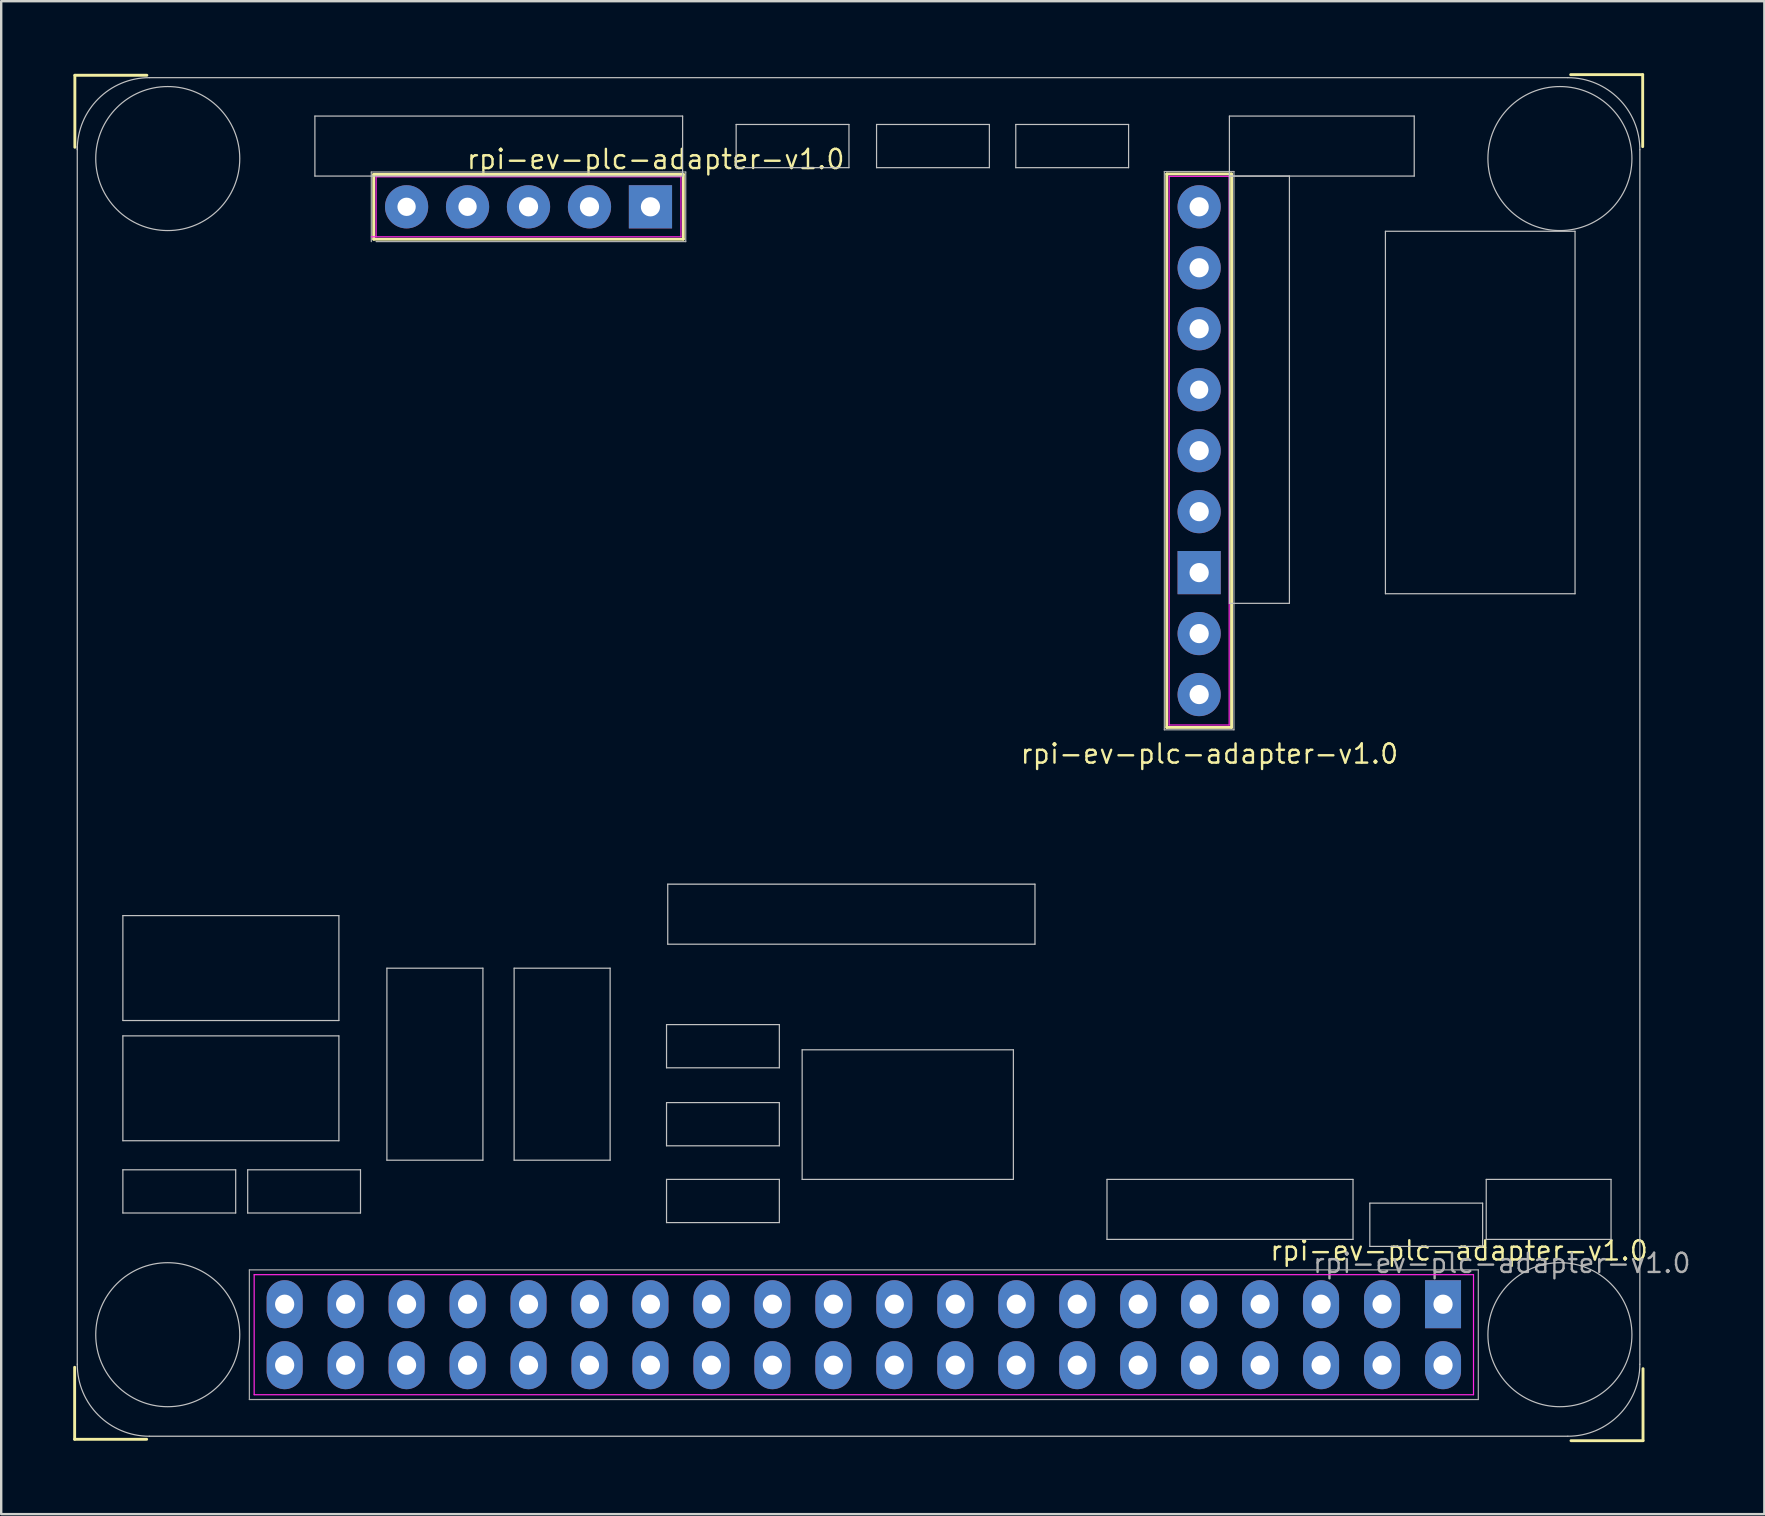
<source format=kicad_pcb>
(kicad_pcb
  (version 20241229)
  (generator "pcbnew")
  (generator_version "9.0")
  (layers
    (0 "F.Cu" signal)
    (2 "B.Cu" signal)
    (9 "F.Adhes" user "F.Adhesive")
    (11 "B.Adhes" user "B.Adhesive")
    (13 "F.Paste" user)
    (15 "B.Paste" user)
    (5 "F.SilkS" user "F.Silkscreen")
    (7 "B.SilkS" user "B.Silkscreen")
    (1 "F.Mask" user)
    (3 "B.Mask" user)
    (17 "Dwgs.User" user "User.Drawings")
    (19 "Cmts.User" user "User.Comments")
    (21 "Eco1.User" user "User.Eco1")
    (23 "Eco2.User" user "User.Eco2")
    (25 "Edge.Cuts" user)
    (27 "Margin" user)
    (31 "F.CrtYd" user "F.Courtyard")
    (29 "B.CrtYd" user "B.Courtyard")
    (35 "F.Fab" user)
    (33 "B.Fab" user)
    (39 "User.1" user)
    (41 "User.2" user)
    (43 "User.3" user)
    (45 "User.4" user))
  (footprint "rpi-ev-plc-adapter-v1.0"
    (layer "F.Cu")
    (at 57.069 51.286)
    (property "Reference" "rpi-ev-plc-adapter-v1.0" (at 0.67 -2.23 0) (layer "F.SilkS") (effects (font (size 0.8 0.8) (thickness 0.1))))
    (attr through_hole)
    (fp_line (start -57.009 5.627) (end -57.009 2.627) (stroke (width 0.12) (type solid)) (layer "F.SilkS"))
    (fp_line (start -57 -51.2) (end -54 -51.2) (stroke (width 0.12) (type solid)) (layer "F.SilkS"))
    (fp_line (start -57 -48.2) (end -57 -51.2) (stroke (width 0.12) (type solid)) (layer "F.SilkS"))
    (fp_line (start -54.009 5.627) (end -57.009 5.627) (stroke (width 0.12) (type solid)) (layer "F.SilkS"))
    (fp_line (start -44.55 -47.07) (end -31.65 -47.07) (stroke (width 0.12) (type solid)) (layer "F.SilkS"))
    (fp_line (start -44.55 -44.37) (end -44.55 -47.07) (stroke (width 0.12) (type solid)) (layer "F.SilkS"))
    (fp_line (start -31.65 -47.07) (end -31.65 -44.37) (stroke (width 0.12) (type solid)) (layer "F.SilkS"))
    (fp_line (start -31.65 -44.37) (end -44.55 -44.37) (stroke (width 0.12) (type solid)) (layer "F.SilkS"))
    (fp_line (start -11.51 -47.09) (end -8.81 -47.09) (stroke (width 0.12) (type solid)) (layer "F.SilkS"))
    (fp_line (start -11.51 -24.03) (end -11.51 -47.09) (stroke (width 0.12) (type solid)) (layer "F.SilkS"))
    (fp_line (start -8.81 -47.09) (end -8.81 -24.03) (stroke (width 0.12) (type solid)) (layer "F.SilkS"))
    (fp_line (start -8.81 -24.03) (end -11.51 -24.03) (stroke (width 0.12) (type solid)) (layer "F.SilkS"))
    (fp_line (start 5.318 -51.226) (end 8.318 -51.226) (stroke (width 0.12) (type solid)) (layer "F.SilkS"))
    (fp_line (start 8.318 -51.226) (end 8.318 -48.226) (stroke (width 0.12) (type solid)) (layer "F.SilkS"))
    (fp_line (start 8.332 2.685) (end 8.332 5.685) (stroke (width 0.12) (type solid)) (layer "F.SilkS"))
    (fp_line (start 8.332 5.685) (end 5.332 5.685) (stroke (width 0.12) (type solid)) (layer "F.SilkS"))
    (fp_line (start -49.63 -1.33) (end 1.37 -1.33) (stroke (width 0.12) (type solid)) (layer "B.Paste"))
    (fp_line (start -49.63 3.87) (end -49.63 -1.33) (stroke (width 0.12) (type solid)) (layer "B.Paste"))
    (fp_line (start 1.37 -1.33) (end 1.37 3.87) (stroke (width 0.12) (type solid)) (layer "B.Paste"))
    (fp_line (start 1.37 3.87) (end -49.63 3.87) (stroke (width 0.12) (type solid)) (layer "B.Paste"))
    (fp_line (start -56.9 -48.23) (end -56.9 2.5) (stroke (width 0.05) (type solid)) (layer "Dwgs.User"))
    (fp_line (start -55 -16.19) (end -55 -11.82) (stroke (width 0.05) (type solid)) (layer "Dwgs.User"))
    (fp_line (start -55 -11.82) (end -46 -11.82) (stroke (width 0.05) (type solid)) (layer "Dwgs.User"))
    (fp_line (start -55 -11.18) (end -55 -6.81) (stroke (width 0.05) (type solid)) (layer "Dwgs.User"))
    (fp_line (start -55 -6.81) (end -46 -6.81) (stroke (width 0.05) (type solid)) (layer "Dwgs.User"))
    (fp_line (start -55 -5.6) (end -55 -3.8) (stroke (width 0.05) (type solid)) (layer "Dwgs.User"))
    (fp_line (start -55 -3.8) (end -50.3 -3.8) (stroke (width 0.05) (type solid)) (layer "Dwgs.User"))
    (fp_line (start -53.9 5.5) (end 5.2 5.5) (stroke (width 0.05) (type solid)) (layer "Dwgs.User"))
    (fp_line (start -50.3 -5.6) (end -55 -5.6) (stroke (width 0.05) (type solid)) (layer "Dwgs.User"))
    (fp_line (start -50.3 -3.8) (end -50.3 -5.6) (stroke (width 0.05) (type solid)) (layer "Dwgs.User"))
    (fp_line (start -49.8 -5.6) (end -49.8 -3.8) (stroke (width 0.05) (type solid)) (layer "Dwgs.User"))
    (fp_line (start -49.8 -3.8) (end -45.1 -3.8) (stroke (width 0.05) (type solid)) (layer "Dwgs.User"))
    (fp_line (start -47 -49.5) (end -47 -47) (stroke (width 0.05) (type solid)) (layer "Dwgs.User"))
    (fp_line (start -47 -47) (end -31.68 -47) (stroke (width 0.05) (type solid)) (layer "Dwgs.User"))
    (fp_line (start -46 -16.19) (end -55 -16.19) (stroke (width 0.05) (type solid)) (layer "Dwgs.User"))
    (fp_line (start -46 -11.82) (end -46 -16.19) (stroke (width 0.05) (type solid)) (layer "Dwgs.User"))
    (fp_line (start -46 -11.18) (end -55 -11.18) (stroke (width 0.05) (type solid)) (layer "Dwgs.User"))
    (fp_line (start -46 -6.81) (end -46 -11.18) (stroke (width 0.05) (type solid)) (layer "Dwgs.User"))
    (fp_line (start -45.1 -5.6) (end -49.8 -5.6) (stroke (width 0.05) (type solid)) (layer "Dwgs.User"))
    (fp_line (start -45.1 -3.8) (end -45.1 -5.6) (stroke (width 0.05) (type solid)) (layer "Dwgs.User"))
    (fp_line (start -44 -14) (end -44 -6) (stroke (width 0.05) (type solid)) (layer "Dwgs.User"))
    (fp_line (start -44 -6) (end -40 -6) (stroke (width 0.05) (type solid)) (layer "Dwgs.User"))
    (fp_line (start -40 -14) (end -44 -14) (stroke (width 0.05) (type solid)) (layer "Dwgs.User"))
    (fp_line (start -40 -6) (end -40 -14) (stroke (width 0.05) (type solid)) (layer "Dwgs.User"))
    (fp_line (start -38.7 -14) (end -38.7 -6) (stroke (width 0.05) (type solid)) (layer "Dwgs.User"))
    (fp_line (start -38.7 -6) (end -34.7 -6) (stroke (width 0.05) (type solid)) (layer "Dwgs.User"))
    (fp_line (start -34.7 -14) (end -38.7 -14) (stroke (width 0.05) (type solid)) (layer "Dwgs.User"))
    (fp_line (start -34.7 -6) (end -34.7 -14) (stroke (width 0.05) (type solid)) (layer "Dwgs.User"))
    (fp_line (start -32.35 -11.65) (end -32.35 -9.85) (stroke (width 0.05) (type solid)) (layer "Dwgs.User"))
    (fp_line (start -32.35 -9.85) (end -27.65 -9.85) (stroke (width 0.05) (type solid)) (layer "Dwgs.User"))
    (fp_line (start -32.35 -8.4) (end -32.35 -6.6) (stroke (width 0.05) (type solid)) (layer "Dwgs.User"))
    (fp_line (start -32.35 -6.6) (end -27.65 -6.6) (stroke (width 0.05) (type solid)) (layer "Dwgs.User"))
    (fp_line (start -32.35 -5.2) (end -32.35 -3.4) (stroke (width 0.05) (type solid)) (layer "Dwgs.User"))
    (fp_line (start -32.35 -3.4) (end -27.65 -3.4) (stroke (width 0.05) (type solid)) (layer "Dwgs.User"))
    (fp_line (start -32.3 -17.5) (end -32.3 -15) (stroke (width 0.05) (type solid)) (layer "Dwgs.User"))
    (fp_line (start -32.3 -15) (end -17 -15) (stroke (width 0.05) (type solid)) (layer "Dwgs.User"))
    (fp_line (start -31.68 -49.5) (end -47 -49.5) (stroke (width 0.05) (type solid)) (layer "Dwgs.User"))
    (fp_line (start -31.68 -47) (end -31.68 -49.5) (stroke (width 0.05) (type solid)) (layer "Dwgs.User"))
    (fp_line (start -29.45 -49.15) (end -29.45 -47.35) (stroke (width 0.05) (type solid)) (layer "Dwgs.User"))
    (fp_line (start -29.45 -47.35) (end -24.75 -47.35) (stroke (width 0.05) (type solid)) (layer "Dwgs.User"))
    (fp_line (start -27.65 -11.65) (end -32.35 -11.65) (stroke (width 0.05) (type solid)) (layer "Dwgs.User"))
    (fp_line (start -27.65 -9.85) (end -27.65 -11.65) (stroke (width 0.05) (type solid)) (layer "Dwgs.User"))
    (fp_line (start -27.65 -8.4) (end -32.35 -8.4) (stroke (width 0.05) (type solid)) (layer "Dwgs.User"))
    (fp_line (start -27.65 -6.6) (end -27.65 -8.4) (stroke (width 0.05) (type solid)) (layer "Dwgs.User"))
    (fp_line (start -27.65 -5.2) (end -32.35 -5.2) (stroke (width 0.05) (type solid)) (layer "Dwgs.User"))
    (fp_line (start -27.65 -3.4) (end -27.65 -5.2) (stroke (width 0.05) (type solid)) (layer "Dwgs.User"))
    (fp_line (start -26.7 -10.6) (end -26.7 -5.2) (stroke (width 0.05) (type solid)) (layer "Dwgs.User"))
    (fp_line (start -26.7 -5.2) (end -17.9 -5.2) (stroke (width 0.05) (type solid)) (layer "Dwgs.User"))
    (fp_line (start -24.75 -49.15) (end -29.45 -49.15) (stroke (width 0.05) (type solid)) (layer "Dwgs.User"))
    (fp_line (start -24.75 -47.35) (end -24.75 -49.15) (stroke (width 0.05) (type solid)) (layer "Dwgs.User"))
    (fp_line (start -23.6 -49.15) (end -23.6 -47.35) (stroke (width 0.05) (type solid)) (layer "Dwgs.User"))
    (fp_line (start -23.6 -47.35) (end -18.9 -47.35) (stroke (width 0.05) (type solid)) (layer "Dwgs.User"))
    (fp_line (start -18.9 -49.15) (end -23.6 -49.15) (stroke (width 0.05) (type solid)) (layer "Dwgs.User"))
    (fp_line (start -18.9 -47.35) (end -18.9 -49.15) (stroke (width 0.05) (type solid)) (layer "Dwgs.User"))
    (fp_line (start -17.9 -10.6) (end -26.7 -10.6) (stroke (width 0.05) (type solid)) (layer "Dwgs.User"))
    (fp_line (start -17.9 -5.2) (end -17.9 -10.6) (stroke (width 0.05) (type solid)) (layer "Dwgs.User"))
    (fp_line (start -17.8 -49.15) (end -17.8 -47.35) (stroke (width 0.05) (type solid)) (layer "Dwgs.User"))
    (fp_line (start -17.8 -47.35) (end -13.1 -47.35) (stroke (width 0.05) (type solid)) (layer "Dwgs.User"))
    (fp_line (start -17 -17.5) (end -32.3 -17.5) (stroke (width 0.05) (type solid)) (layer "Dwgs.User"))
    (fp_line (start -17 -15) (end -17 -17.5) (stroke (width 0.05) (type solid)) (layer "Dwgs.User"))
    (fp_line (start -14 -5.2) (end -14 -2.7) (stroke (width 0.05) (type solid)) (layer "Dwgs.User"))
    (fp_line (start -14 -2.7) (end -3.75 -2.7) (stroke (width 0.05) (type solid)) (layer "Dwgs.User"))
    (fp_line (start -13.1 -49.15) (end -17.8 -49.15) (stroke (width 0.05) (type solid)) (layer "Dwgs.User"))
    (fp_line (start -13.1 -47.35) (end -13.1 -49.15) (stroke (width 0.05) (type solid)) (layer "Dwgs.User"))
    (fp_line (start -8.9 -49.5) (end -8.9 -47) (stroke (width 0.05) (type solid)) (layer "Dwgs.User"))
    (fp_line (start -8.9 -47) (end -6.4 -47) (stroke (width 0.05) (type solid)) (layer "Dwgs.User"))
    (fp_line (start -8.9 -47) (end -1.2 -47) (stroke (width 0.05) (type solid)) (layer "Dwgs.User"))
    (fp_line (start -8.9 -29.2) (end -8.9 -47) (stroke (width 0.05) (type solid)) (layer "Dwgs.User"))
    (fp_line (start -6.4 -47) (end -6.4 -29.2) (stroke (width 0.05) (type solid)) (layer "Dwgs.User"))
    (fp_line (start -6.4 -29.2) (end -8.9 -29.2) (stroke (width 0.05) (type solid)) (layer "Dwgs.User"))
    (fp_line (start -3.75 -5.2) (end -14 -5.2) (stroke (width 0.05) (type solid)) (layer "Dwgs.User"))
    (fp_line (start -3.75 -2.7) (end -3.75 -5.2) (stroke (width 0.05) (type solid)) (layer "Dwgs.User"))
    (fp_line (start -3.05 -4.21) (end -3.05 -2.41) (stroke (width 0.05) (type solid)) (layer "Dwgs.User"))
    (fp_line (start -3.05 -2.41) (end 1.65 -2.41) (stroke (width 0.05) (type solid)) (layer "Dwgs.User"))
    (fp_line (start -2.4 -44.7) (end 5.5 -44.7) (stroke (width 0.05) (type solid)) (layer "Dwgs.User"))
    (fp_line (start -2.4 -29.6) (end -2.4 -44.7) (stroke (width 0.05) (type solid)) (layer "Dwgs.User"))
    (fp_line (start -1.2 -49.5) (end -8.9 -49.5) (stroke (width 0.05) (type solid)) (layer "Dwgs.User"))
    (fp_line (start -1.2 -47) (end -1.2 -49.5) (stroke (width 0.05) (type solid)) (layer "Dwgs.User"))
    (fp_line (start 1.65 -4.21) (end -3.05 -4.21) (stroke (width 0.05) (type solid)) (layer "Dwgs.User"))
    (fp_line (start 1.65 -2.41) (end 1.65 -4.21) (stroke (width 0.05) (type solid)) (layer "Dwgs.User"))
    (fp_line (start 1.8 -5.2) (end 1.8 -2.7) (stroke (width 0.05) (type solid)) (layer "Dwgs.User"))
    (fp_line (start 1.8 -2.7) (end 7 -2.7) (stroke (width 0.05) (type solid)) (layer "Dwgs.User"))
    (fp_line (start 5.2 -51.1) (end -53.9 -51.1) (stroke (width 0.05) (type solid)) (layer "Dwgs.User"))
    (fp_line (start 5.5 -44.7) (end 5.5 -29.6) (stroke (width 0.05) (type solid)) (layer "Dwgs.User"))
    (fp_line (start 5.5 -29.6) (end -2.4 -29.6) (stroke (width 0.05) (type solid)) (layer "Dwgs.User"))
    (fp_line (start 7 -5.2) (end 1.8 -5.2) (stroke (width 0.05) (type solid)) (layer "Dwgs.User"))
    (fp_line (start 7 -2.7) (end 7 -5.2) (stroke (width 0.05) (type solid)) (layer "Dwgs.User"))
    (fp_line (start 8.2 -48.1) (end 8.2 2.5) (stroke (width 0.05) (type solid)) (layer "Dwgs.User"))
    (fp_arc (start -56.9 -48.1) (mid -56.02132 -50.22132) (end -53.9 -51.1) (stroke (width 0.05) (type solid)) (layer "Dwgs.User"))
    (fp_arc (start -53.9 5.5) (mid -56.02132 4.62132) (end -56.9 2.5) (stroke (width 0.05) (type solid)) (layer "Dwgs.User"))
    (fp_arc (start 5.2 -51.1) (mid 7.32132 -50.22132) (end 8.2 -48.1) (stroke (width 0.05) (type solid)) (layer "Dwgs.User"))
    (fp_arc (start 8.2 2.5) (mid 7.32132 4.62132) (end 5.2 5.5) (stroke (width 0.05) (type solid)) (layer "Dwgs.User"))
    (fp_circle (center -53.13 -47.73) (end -50.13 -47.73) (stroke (width 0.05) (type solid)) (fill no) (layer "Dwgs.User"))
    (fp_circle (center -53.13 1.27) (end -50.13 1.27) (stroke (width 0.05) (type solid)) (fill no) (layer "Dwgs.User"))
    (fp_circle (center 4.87 -47.73) (end 7.87 -47.73) (stroke (width 0.05) (type solid)) (fill no) (layer "Dwgs.User"))
    (fp_circle (center 4.87 1.27) (end 7.87 1.27) (stroke (width 0.05) (type solid)) (fill no) (layer "Dwgs.User"))
    (fp_line (start -49.53 -1.23) (end 1.27 -1.23) (stroke (width 0.05) (type solid)) (layer "F.CrtYd"))
    (fp_line (start -49.53 3.77) (end -49.53 -1.23) (stroke (width 0.05) (type solid)) (layer "F.CrtYd"))
    (fp_line (start -44.45 -46.97) (end -31.75 -46.97) (stroke (width 0.05) (type solid)) (layer "F.CrtYd"))
    (fp_line (start -44.45 -44.47) (end -44.45 -46.97) (stroke (width 0.05) (type solid)) (layer "F.CrtYd"))
    (fp_line (start -31.75 -46.97) (end -31.75 -44.47) (stroke (width 0.05) (type solid)) (layer "F.CrtYd"))
    (fp_line (start -31.75 -44.47) (end -44.65 -44.47) (stroke (width 0.05) (type solid)) (layer "F.CrtYd"))
    (fp_line (start -11.41 -46.99) (end -8.91 -46.99) (stroke (width 0.05) (type solid)) (layer "F.CrtYd"))
    (fp_line (start -11.41 -24.13) (end -11.41 -46.99) (stroke (width 0.05) (type solid)) (layer "F.CrtYd"))
    (fp_line (start -8.91 -46.99) (end -8.91 -24.13) (stroke (width 0.05) (type solid)) (layer "F.CrtYd"))
    (fp_line (start -8.91 -24.13) (end -11.41 -24.13) (stroke (width 0.05) (type solid)) (layer "F.CrtYd"))
    (fp_line (start 1.27 -1.23) (end 1.27 3.77) (stroke (width 0.05) (type solid)) (layer "F.CrtYd"))
    (fp_line (start 1.27 3.77) (end -49.53 3.77) (stroke (width 0.05) (type solid)) (layer "F.CrtYd"))
    (fp_line (start -49.73 -1.43) (end 1.47 -1.43) (stroke (width 0.05) (type solid)) (layer "F.Fab"))
    (fp_line (start -49.73 3.97) (end -49.73 -1.43) (stroke (width 0.05) (type solid)) (layer "F.Fab"))
    (fp_line (start -44.65 -47.17) (end -31.55 -47.17) (stroke (width 0.05) (type solid)) (layer "F.Fab"))
    (fp_line (start -44.65 -44.27) (end -44.65 -47.17) (stroke (width 0.05) (type solid)) (layer "F.Fab"))
    (fp_line (start -31.55 -47.17) (end -31.55 -44.27) (stroke (width 0.05) (type solid)) (layer "F.Fab"))
    (fp_line (start -31.55 -44.27) (end -44.45 -44.27) (stroke (width 0.05) (type solid)) (layer "F.Fab"))
    (fp_line (start -11.61 -47.19) (end -8.71 -47.19) (stroke (width 0.05) (type solid)) (layer "F.Fab"))
    (fp_line (start -11.61 -23.93) (end -11.61 -47.19) (stroke (width 0.05) (type solid)) (layer "F.Fab"))
    (fp_line (start -8.71 -47.19) (end -8.71 -23.93) (stroke (width 0.05) (type solid)) (layer "F.Fab"))
    (fp_line (start -8.71 -23.93) (end -11.61 -23.93) (stroke (width 0.05) (type solid)) (layer "F.Fab"))
    (fp_line (start 1.47 -1.43) (end 1.47 3.97) (stroke (width 0.05) (type solid)) (layer "F.Fab"))
    (fp_line (start 1.47 3.97) (end -49.73 3.97) (stroke (width 0.05) (type solid)) (layer "F.Fab"))
    (fp_text user "${REFERENCE}" (at -9.73 -22.93 0) (layer "F.SilkS") (effects (font (size 0.8 0.8) (thickness 0.1))))
    (fp_text user "${REFERENCE}" (at -32.8 -47.7 0) (layer "F.SilkS") (effects (font (size 0.8 0.8) (thickness 0.1))))
    (fp_text user "${REFERENCE}" (at 2.45 -1.71 0) (layer "F.Fab") (effects (font (size 0.8 0.8) (thickness 0.1))))
    (pad "1" thru_hole rect (at 0 0) (size 1.5 2) (drill 0.8) (layers "*.Cu" "*.Mask"))
    (pad "2" thru_hole oval (at 0 2.54) (size 1.5 2) (drill 0.8) (layers "*.Cu" "*.Mask"))
    (pad "3" thru_hole oval (at -2.54 0) (size 1.5 2) (drill 0.8) (layers "*.Cu" "*.Mask"))
    (pad "4" thru_hole oval (at -2.54 2.54) (size 1.5 2) (drill 0.8) (layers "*.Cu" "*.Mask"))
    (pad "5" thru_hole oval (at -5.08 0) (size 1.5 2) (drill 0.8) (layers "*.Cu" "*.Mask"))
    (pad "6" thru_hole oval (at -5.08 2.54) (size 1.5 2) (drill 0.8) (layers "*.Cu" "*.Mask"))
    (pad "7" thru_hole oval (at -7.62 0) (size 1.5 2) (drill 0.8) (layers "*.Cu" "*.Mask"))
    (pad "8" thru_hole oval (at -7.62 2.54) (size 1.5 2) (drill 0.8) (layers "*.Cu" "*.Mask"))
    (pad "9" thru_hole oval (at -10.16 0) (size 1.5 2) (drill 0.8) (layers "*.Cu" "*.Mask"))
    (pad "10" thru_hole oval (at -10.16 2.54) (size 1.5 2) (drill 0.8) (layers "*.Cu" "*.Mask"))
    (pad "11" thru_hole oval (at -12.7 0) (size 1.5 2) (drill 0.8) (layers "*.Cu" "*.Mask"))
    (pad "12" thru_hole oval (at -12.7 2.54) (size 1.5 2) (drill 0.8) (layers "*.Cu" "*.Mask"))
    (pad "13" thru_hole oval (at -15.24 0) (size 1.5 2) (drill 0.8) (layers "*.Cu" "*.Mask"))
    (pad "14" thru_hole oval (at -15.24 2.54) (size 1.5 2) (drill 0.8) (layers "*.Cu" "*.Mask"))
    (pad "15" thru_hole oval (at -17.78 0) (size 1.5 2) (drill 0.8) (layers "*.Cu" "*.Mask"))
    (pad "16" thru_hole oval (at -17.78 2.54) (size 1.5 2) (drill 0.8) (layers "*.Cu" "*.Mask"))
    (pad "17" thru_hole oval (at -20.32 0) (size 1.5 2) (drill 0.8) (layers "*.Cu" "*.Mask"))
    (pad "18" thru_hole oval (at -20.32 2.54) (size 1.5 2) (drill 0.8) (layers "*.Cu" "*.Mask"))
    (pad "19" thru_hole oval (at -22.86 0) (size 1.5 2) (drill 0.8) (layers "*.Cu" "*.Mask"))
    (pad "20" thru_hole oval (at -22.86 2.54) (size 1.5 2) (drill 0.8) (layers "*.Cu" "*.Mask"))
    (pad "21" thru_hole oval (at -25.4 0) (size 1.5 2) (drill 0.8) (layers "*.Cu" "*.Mask"))
    (pad "22" thru_hole oval (at -25.4 2.54) (size 1.5 2) (drill 0.8) (layers "*.Cu" "*.Mask"))
    (pad "23" thru_hole oval (at -27.94 0) (size 1.5 2) (drill 0.8) (layers "*.Cu" "*.Mask"))
    (pad "24" thru_hole oval (at -27.94 2.54) (size 1.5 2) (drill 0.8) (layers "*.Cu" "*.Mask"))
    (pad "25" thru_hole oval (at -30.48 0) (size 1.5 2) (drill 0.8) (layers "*.Cu" "*.Mask"))
    (pad "26" thru_hole oval (at -30.48 2.54) (size 1.5 2) (drill 0.8) (layers "*.Cu" "*.Mask"))
    (pad "27" thru_hole oval (at -33.02 0) (size 1.5 2) (drill 0.8) (layers "*.Cu" "*.Mask"))
    (pad "28" thru_hole oval (at -33.02 2.54) (size 1.5 2) (drill 0.8) (layers "*.Cu" "*.Mask"))
    (pad "29" thru_hole oval (at -35.56 0) (size 1.5 2) (drill 0.8) (layers "*.Cu" "*.Mask"))
    (pad "30" thru_hole oval (at -35.56 2.54) (size 1.5 2) (drill 0.8) (layers "*.Cu" "*.Mask"))
    (pad "31" thru_hole oval (at -38.1 0) (size 1.5 2) (drill 0.8) (layers "*.Cu" "*.Mask"))
    (pad "32" thru_hole oval (at -38.1 2.54) (size 1.5 2) (drill 0.8) (layers "*.Cu" "*.Mask"))
    (pad "33" thru_hole oval (at -40.64 0) (size 1.5 2) (drill 0.8) (layers "*.Cu" "*.Mask"))
    (pad "34" thru_hole oval (at -40.64 2.54) (size 1.5 2) (drill 0.8) (layers "*.Cu" "*.Mask"))
    (pad "35" thru_hole oval (at -43.18 0) (size 1.5 2) (drill 0.8) (layers "*.Cu" "*.Mask"))
    (pad "36" thru_hole oval (at -43.18 2.54) (size 1.5 2) (drill 0.8) (layers "*.Cu" "*.Mask"))
    (pad "37" thru_hole oval (at -45.72 0) (size 1.5 2) (drill 0.8) (layers "*.Cu" "*.Mask"))
    (pad "38" thru_hole oval (at -45.72 2.54) (size 1.5 2) (drill 0.8) (layers "*.Cu" "*.Mask"))
    (pad "39" thru_hole oval (at -48.26 0) (size 1.5 2) (drill 0.8) (layers "*.Cu" "*.Mask"))
    (pad "40" thru_hole oval (at -48.26 2.54) (size 1.5 2) (drill 0.8) (layers "*.Cu" "*.Mask"))
    (pad "41" thru_hole rect (at -33.02 -45.72) (size 1.8 1.8) (drill 0.8) (layers "*.Cu" "*.Mask"))
    (pad "42" thru_hole circle (at -35.56 -45.72) (size 1.8 1.8) (drill 0.8) (layers "*.Cu" "*.Mask"))
    (pad "43" thru_hole circle (at -38.1 -45.72) (size 1.8 1.8) (drill 0.8) (layers "*.Cu" "*.Mask"))
    (pad "44" thru_hole circle (at -40.64 -45.72) (size 1.8 1.8) (drill 0.762) (layers "*.Cu" "*.Mask"))
    (pad "45" thru_hole circle (at -43.18 -45.72) (size 1.8 1.8) (drill 0.762) (layers "*.Cu" "*.Mask"))
    (pad "51" thru_hole circle (at -10.16 -25.4) (size 1.8 1.8) (drill 0.8) (layers "*.Cu" "*.Mask"))
    (pad "52" thru_hole circle (at -10.16 -27.94) (size 1.8 1.8) (drill 0.8) (layers "*.Cu" "*.Mask"))
    (pad "53" thru_hole rect (at -10.16 -30.48) (size 1.8 1.8) (drill 0.8) (layers "*.Cu" "*.Mask"))
    (pad "54" thru_hole circle (at -10.16 -33.02) (size 1.8 1.8) (drill 0.8) (layers "*.Cu" "*.Mask"))
    (pad "55" thru_hole circle (at -10.16 -35.56) (size 1.8 1.8) (drill 0.8) (layers "*.Cu" "*.Mask"))
    (pad "56" thru_hole circle (at -10.16 -38.1) (size 1.8 1.8) (drill 0.762) (layers "*.Cu" "*.Mask"))
    (pad "57" thru_hole circle (at -10.16 -40.64) (size 1.8 1.8) (drill 0.8) (layers "*.Cu" "*.Mask"))
    (pad "58" thru_hole circle (at -10.16 -43.18) (size 1.8 1.8) (drill 0.8) (layers "*.Cu" "*.Mask"))
    (pad "59" thru_hole circle (at -10.16 -45.72) (size 1.8 1.8) (drill 0.8) (layers "*.Cu" "*.Mask")))
  (gr_rect
    (start -3 -3)
    (end 70.456 60.031)
    (stroke (width 0.1) (type default))
    (fill no)
    (layer "Edge.Cuts")))
</source>
